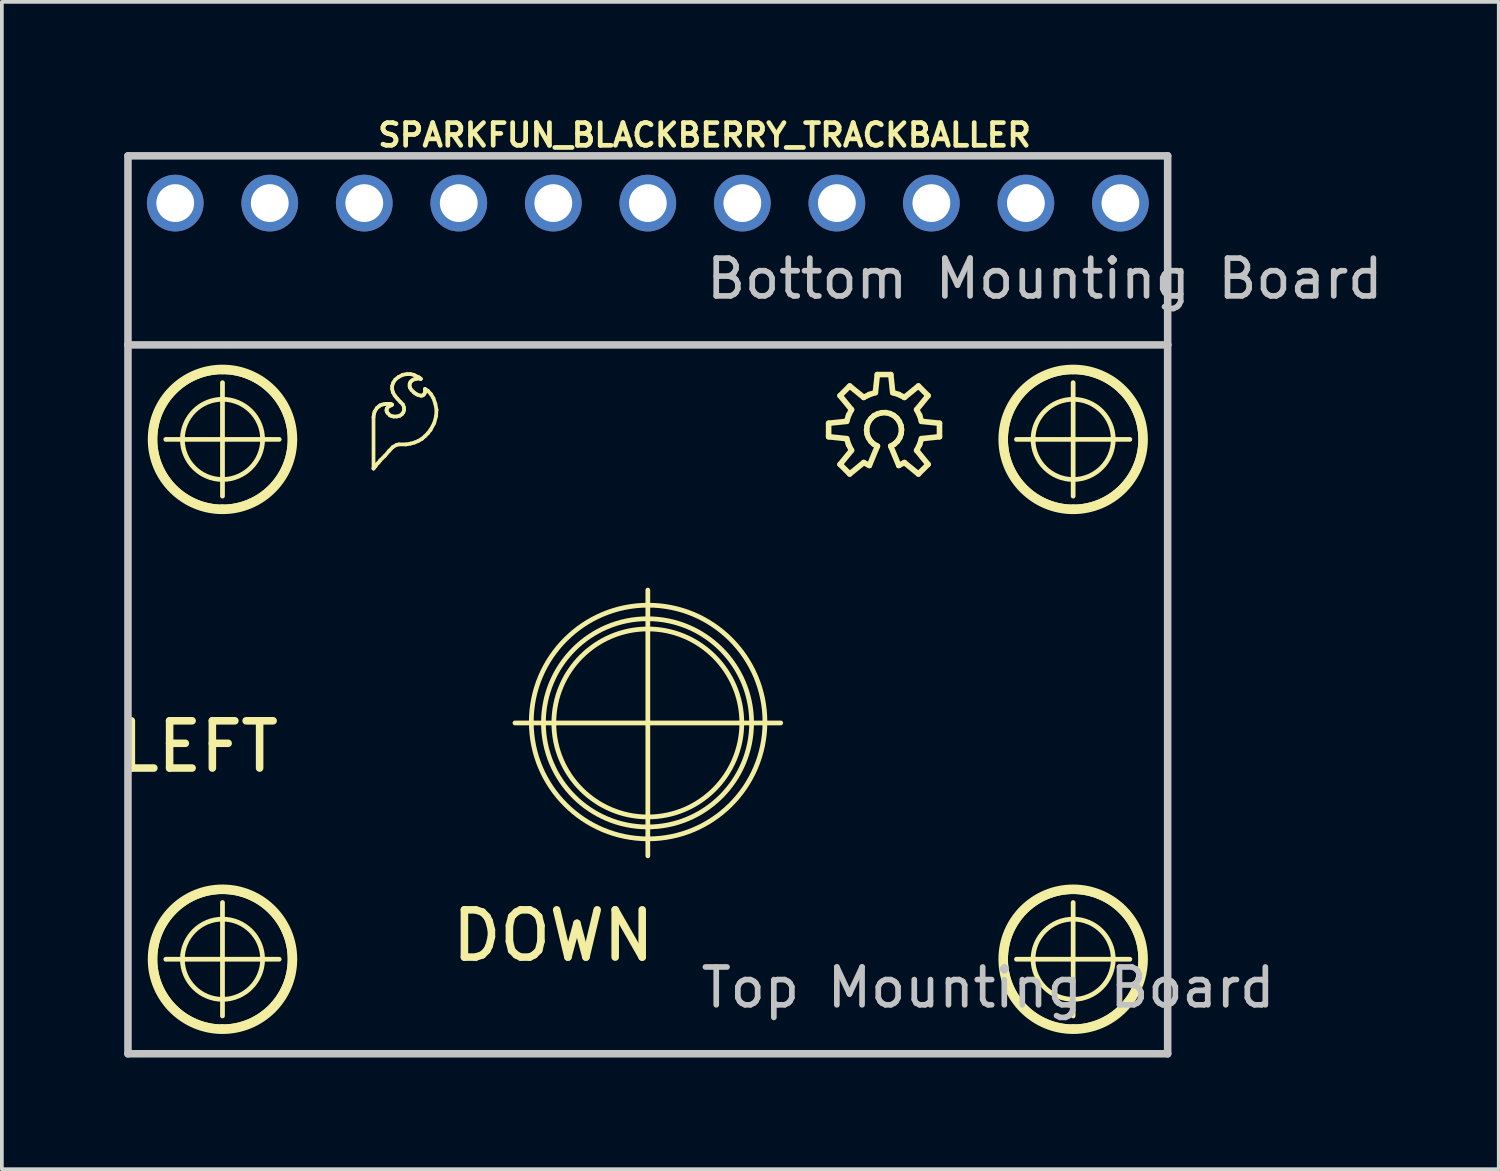
<source format=kicad_pcb>
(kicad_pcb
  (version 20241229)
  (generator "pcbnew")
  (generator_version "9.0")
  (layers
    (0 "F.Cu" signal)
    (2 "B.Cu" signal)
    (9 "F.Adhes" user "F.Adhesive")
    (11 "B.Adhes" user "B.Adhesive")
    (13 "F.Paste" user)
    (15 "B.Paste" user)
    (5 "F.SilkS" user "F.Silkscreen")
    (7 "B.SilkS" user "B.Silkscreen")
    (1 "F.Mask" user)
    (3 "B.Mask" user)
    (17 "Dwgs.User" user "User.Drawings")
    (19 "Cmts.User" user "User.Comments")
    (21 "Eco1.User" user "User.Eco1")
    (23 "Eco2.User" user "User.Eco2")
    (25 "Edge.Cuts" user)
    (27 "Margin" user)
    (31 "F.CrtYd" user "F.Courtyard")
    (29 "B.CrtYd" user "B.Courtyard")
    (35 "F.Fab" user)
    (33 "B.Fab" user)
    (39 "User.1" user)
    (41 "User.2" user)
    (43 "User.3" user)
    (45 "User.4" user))
  (footprint "SPARKFUN_BLACKBERRY_TRACKBALLER"
    (layer "F.Cu")
    (at 14.359 16.378)
    (property "Reference" "SPARKFUN_BLACKBERRY_TRACKBALLER" (at 1.524 -15.799 0) (layer "F.SilkS") (effects (font (size 0.61 0.61) (thickness 0.127))))
    (attr exclude_from_pos_files exclude_from_bom)
    (fp_line (start -12.954 -7.62) (end -9.906 -7.62) (stroke (width 0.127) (type solid)) (layer "F.SilkS"))
    (fp_line (start -12.954 6.35) (end -9.906 6.35) (stroke (width 0.127) (type solid)) (layer "F.SilkS"))
    (fp_line (start -11.43 -6.096) (end -11.43 -9.144) (stroke (width 0.127) (type solid)) (layer "F.SilkS"))
    (fp_line (start -11.43 7.874) (end -11.43 4.826) (stroke (width 0.127) (type solid)) (layer "F.SilkS"))
    (fp_line (start -7.371 -8.217) (end -7.371 -6.835) (stroke (width 0.1) (type solid)) (layer "F.SilkS"))
    (fp_line (start -7.371 -6.845) (end -7.32 -6.896) (stroke (width 0.1) (type solid)) (layer "F.SilkS"))
    (fp_line (start -7.371 -6.835) (end -7.371 -6.845) (stroke (width 0.1) (type solid)) (layer "F.SilkS"))
    (fp_line (start -7.361 -8.296) (end -7.371 -8.217) (stroke (width 0.1) (type solid)) (layer "F.SilkS"))
    (fp_line (start -7.341 -8.367) (end -7.361 -8.296) (stroke (width 0.1) (type solid)) (layer "F.SilkS"))
    (fp_line (start -7.32 -6.896) (end -7.29 -6.947) (stroke (width 0.1) (type solid)) (layer "F.SilkS"))
    (fp_line (start -7.29 -6.947) (end -7.239 -6.995) (stroke (width 0.1) (type solid)) (layer "F.SilkS"))
    (fp_line (start -7.28 -8.466) (end -7.341 -8.367) (stroke (width 0.1) (type solid)) (layer "F.SilkS"))
    (fp_line (start -7.239 -6.995) (end -7.191 -7.056) (stroke (width 0.1) (type solid)) (layer "F.SilkS"))
    (fp_line (start -7.229 -8.506) (end -7.28 -8.466) (stroke (width 0.1) (type solid)) (layer "F.SilkS"))
    (fp_line (start -7.191 -8.537) (end -7.229 -8.506) (stroke (width 0.1) (type solid)) (layer "F.SilkS"))
    (fp_line (start -7.191 -7.056) (end -7.069 -7.176) (stroke (width 0.1) (type solid)) (layer "F.SilkS"))
    (fp_line (start -7.14 -8.555) (end -7.191 -8.537) (stroke (width 0.1) (type solid)) (layer "F.SilkS"))
    (fp_line (start -7.089 -8.565) (end -7.14 -8.555) (stroke (width 0.1) (type solid)) (layer "F.SilkS"))
    (fp_line (start -7.069 -7.176) (end -6.949 -7.315) (stroke (width 0.1) (type solid)) (layer "F.SilkS"))
    (fp_line (start -7.031 -8.575) (end -7.089 -8.565) (stroke (width 0.1) (type solid)) (layer "F.SilkS"))
    (fp_line (start -7.021 -8.425) (end -7.01 -8.456) (stroke (width 0.1) (type solid)) (layer "F.SilkS"))
    (fp_line (start -7.021 -8.387) (end -7.021 -8.425) (stroke (width 0.1) (type solid)) (layer "F.SilkS"))
    (fp_line (start -7.01 -8.456) (end -6.949 -8.517) (stroke (width 0.1) (type solid)) (layer "F.SilkS"))
    (fp_line (start -7.01 -8.357) (end -7.021 -8.387) (stroke (width 0.1) (type solid)) (layer "F.SilkS"))
    (fp_line (start -6.99 -8.326) (end -7.01 -8.357) (stroke (width 0.1) (type solid)) (layer "F.SilkS"))
    (fp_line (start -6.949 -8.517) (end -6.919 -8.527) (stroke (width 0.1) (type solid)) (layer "F.SilkS"))
    (fp_line (start -6.949 -7.315) (end -6.85 -7.417) (stroke (width 0.1) (type solid)) (layer "F.SilkS"))
    (fp_line (start -6.929 -8.265) (end -6.99 -8.326) (stroke (width 0.1) (type solid)) (layer "F.SilkS"))
    (fp_line (start -6.919 -8.527) (end -6.881 -8.547) (stroke (width 0.1) (type solid)) (layer "F.SilkS"))
    (fp_line (start -6.909 -8.575) (end -7.031 -8.575) (stroke (width 0.1) (type solid)) (layer "F.SilkS"))
    (fp_line (start -6.881 -8.547) (end -6.871 -8.555) (stroke (width 0.1) (type solid)) (layer "F.SilkS"))
    (fp_line (start -6.881 -8.245) (end -6.929 -8.265) (stroke (width 0.1) (type solid)) (layer "F.SilkS"))
    (fp_line (start -6.871 -9.055) (end -6.871 -8.976) (stroke (width 0.1) (type solid)) (layer "F.SilkS"))
    (fp_line (start -6.871 -8.976) (end -6.85 -8.885) (stroke (width 0.1) (type solid)) (layer "F.SilkS"))
    (fp_line (start -6.871 -8.555) (end -6.909 -8.575) (stroke (width 0.1) (type solid)) (layer "F.SilkS"))
    (fp_line (start -6.85 -8.885) (end -6.8 -8.796) (stroke (width 0.1) (type solid)) (layer "F.SilkS"))
    (fp_line (start -6.85 -7.417) (end -6.749 -7.475) (stroke (width 0.1) (type solid)) (layer "F.SilkS"))
    (fp_line (start -6.84 -9.147) (end -6.871 -9.055) (stroke (width 0.1) (type solid)) (layer "F.SilkS"))
    (fp_line (start -6.83 -8.235) (end -6.881 -8.245) (stroke (width 0.1) (type solid)) (layer "F.SilkS"))
    (fp_line (start -6.8 -8.796) (end -6.731 -8.715) (stroke (width 0.1) (type solid)) (layer "F.SilkS"))
    (fp_line (start -6.789 -9.225) (end -6.84 -9.147) (stroke (width 0.1) (type solid)) (layer "F.SilkS"))
    (fp_line (start -6.749 -8.235) (end -6.83 -8.235) (stroke (width 0.1) (type solid)) (layer "F.SilkS"))
    (fp_line (start -6.749 -7.475) (end -6.69 -7.485) (stroke (width 0.1) (type solid)) (layer "F.SilkS"))
    (fp_line (start -6.731 -8.715) (end -6.65 -8.626) (stroke (width 0.1) (type solid)) (layer "F.SilkS"))
    (fp_line (start -6.701 -9.296) (end -6.789 -9.225) (stroke (width 0.1) (type solid)) (layer "F.SilkS"))
    (fp_line (start -6.69 -7.485) (end -6.5 -7.485) (stroke (width 0.1) (type solid)) (layer "F.SilkS"))
    (fp_line (start -6.67 -8.255) (end -6.749 -8.235) (stroke (width 0.1) (type solid)) (layer "F.SilkS"))
    (fp_line (start -6.65 -8.626) (end -6.579 -8.555) (stroke (width 0.1) (type solid)) (layer "F.SilkS"))
    (fp_line (start -6.609 -8.296) (end -6.67 -8.255) (stroke (width 0.1) (type solid)) (layer "F.SilkS"))
    (fp_line (start -6.589 -9.355) (end -6.701 -9.296) (stroke (width 0.1) (type solid)) (layer "F.SilkS"))
    (fp_line (start -6.579 -8.555) (end -6.551 -8.476) (stroke (width 0.1) (type solid)) (layer "F.SilkS"))
    (fp_line (start -6.571 -8.346) (end -6.609 -8.296) (stroke (width 0.1) (type solid)) (layer "F.SilkS"))
    (fp_line (start -6.551 -8.476) (end -6.551 -8.405) (stroke (width 0.1) (type solid)) (layer "F.SilkS"))
    (fp_line (start -6.551 -8.405) (end -6.571 -8.346) (stroke (width 0.1) (type solid)) (layer "F.SilkS"))
    (fp_line (start -6.5 -7.485) (end -6.38 -7.506) (stroke (width 0.1) (type solid)) (layer "F.SilkS"))
    (fp_line (start -6.48 -9.375) (end -6.589 -9.355) (stroke (width 0.1) (type solid)) (layer "F.SilkS"))
    (fp_line (start -6.401 -9.106) (end -6.391 -9.136) (stroke (width 0.1) (type solid)) (layer "F.SilkS"))
    (fp_line (start -6.401 -9.045) (end -6.401 -9.106) (stroke (width 0.1) (type solid)) (layer "F.SilkS"))
    (fp_line (start -6.391 -9.136) (end -6.38 -9.157) (stroke (width 0.1) (type solid)) (layer "F.SilkS"))
    (fp_line (start -6.391 -9.007) (end -6.401 -9.045) (stroke (width 0.1) (type solid)) (layer "F.SilkS"))
    (fp_line (start -6.38 -9.375) (end -6.48 -9.375) (stroke (width 0.1) (type solid)) (layer "F.SilkS"))
    (fp_line (start -6.38 -9.157) (end -6.36 -9.185) (stroke (width 0.1) (type solid)) (layer "F.SilkS"))
    (fp_line (start -6.38 -7.506) (end -6.269 -7.536) (stroke (width 0.1) (type solid)) (layer "F.SilkS"))
    (fp_line (start -6.36 -9.185) (end -6.32 -9.215) (stroke (width 0.1) (type solid)) (layer "F.SilkS"))
    (fp_line (start -6.35 -8.946) (end -6.391 -9.007) (stroke (width 0.1) (type solid)) (layer "F.SilkS"))
    (fp_line (start -6.32 -9.215) (end -6.279 -9.235) (stroke (width 0.1) (type solid)) (layer "F.SilkS"))
    (fp_line (start -6.289 -9.355) (end -6.38 -9.375) (stroke (width 0.1) (type solid)) (layer "F.SilkS"))
    (fp_line (start -6.289 -8.885) (end -6.35 -8.946) (stroke (width 0.1) (type solid)) (layer "F.SilkS"))
    (fp_line (start -6.279 -9.235) (end -6.231 -9.246) (stroke (width 0.1) (type solid)) (layer "F.SilkS"))
    (fp_line (start -6.269 -7.536) (end -6.17 -7.577) (stroke (width 0.1) (type solid)) (layer "F.SilkS"))
    (fp_line (start -6.251 -8.857) (end -6.289 -8.885) (stroke (width 0.1) (type solid)) (layer "F.SilkS"))
    (fp_line (start -6.231 -9.246) (end -6.19 -9.256) (stroke (width 0.1) (type solid)) (layer "F.SilkS"))
    (fp_line (start -6.22 -8.837) (end -6.251 -8.857) (stroke (width 0.1) (type solid)) (layer "F.SilkS"))
    (fp_line (start -6.19 -9.256) (end -6.129 -9.256) (stroke (width 0.1) (type solid)) (layer "F.SilkS"))
    (fp_line (start -6.18 -8.816) (end -6.22 -8.837) (stroke (width 0.1) (type solid)) (layer "F.SilkS"))
    (fp_line (start -6.17 -7.577) (end -6.071 -7.635) (stroke (width 0.1) (type solid)) (layer "F.SilkS"))
    (fp_line (start -6.149 -9.286) (end -6.289 -9.355) (stroke (width 0.1) (type solid)) (layer "F.SilkS"))
    (fp_line (start -6.129 -9.256) (end -6.109 -9.246) (stroke (width 0.1) (type solid)) (layer "F.SilkS"))
    (fp_line (start -6.109 -9.256) (end -6.149 -9.286) (stroke (width 0.1) (type solid)) (layer "F.SilkS"))
    (fp_line (start -6.109 -9.246) (end -6.101 -9.246) (stroke (width 0.1) (type solid)) (layer "F.SilkS"))
    (fp_line (start -6.101 -9.246) (end -6.109 -9.256) (stroke (width 0.1) (type solid)) (layer "F.SilkS"))
    (fp_line (start -6.101 -8.796) (end -6.18 -8.816) (stroke (width 0.1) (type solid)) (layer "F.SilkS"))
    (fp_line (start -6.071 -8.796) (end -6.101 -8.796) (stroke (width 0.1) (type solid)) (layer "F.SilkS"))
    (fp_line (start -6.071 -7.635) (end -5.989 -7.706) (stroke (width 0.1) (type solid)) (layer "F.SilkS"))
    (fp_line (start -6.04 -8.806) (end -6.071 -8.796) (stroke (width 0.1) (type solid)) (layer "F.SilkS"))
    (fp_line (start -6.01 -8.837) (end -6.04 -8.806) (stroke (width 0.1) (type solid)) (layer "F.SilkS"))
    (fp_line (start -5.999 -8.857) (end -6.01 -8.837) (stroke (width 0.1) (type solid)) (layer "F.SilkS"))
    (fp_line (start -5.989 -8.976) (end -5.989 -8.885) (stroke (width 0.1) (type solid)) (layer "F.SilkS"))
    (fp_line (start -5.989 -8.885) (end -5.999 -8.857) (stroke (width 0.1) (type solid)) (layer "F.SilkS"))
    (fp_line (start -5.989 -7.706) (end -5.911 -7.785) (stroke (width 0.1) (type solid)) (layer "F.SilkS"))
    (fp_line (start -5.911 -8.926) (end -5.989 -8.976) (stroke (width 0.1) (type solid)) (layer "F.SilkS"))
    (fp_line (start -5.911 -7.785) (end -5.839 -7.877) (stroke (width 0.1) (type solid)) (layer "F.SilkS"))
    (fp_line (start -5.839 -7.877) (end -5.74 -8.057) (stroke (width 0.1) (type solid)) (layer "F.SilkS"))
    (fp_line (start -5.829 -8.837) (end -5.911 -8.926) (stroke (width 0.1) (type solid)) (layer "F.SilkS"))
    (fp_line (start -5.761 -8.725) (end -5.829 -8.837) (stroke (width 0.1) (type solid)) (layer "F.SilkS"))
    (fp_line (start -5.74 -8.057) (end -5.69 -8.245) (stroke (width 0.1) (type solid)) (layer "F.SilkS"))
    (fp_line (start -5.71 -8.575) (end -5.761 -8.725) (stroke (width 0.1) (type solid)) (layer "F.SilkS"))
    (fp_line (start -5.69 -8.245) (end -5.679 -8.415) (stroke (width 0.1) (type solid)) (layer "F.SilkS"))
    (fp_line (start -5.679 -8.415) (end -5.71 -8.575) (stroke (width 0.1) (type solid)) (layer "F.SilkS"))
    (fp_line (start -3.571 0) (end 3.571 0) (stroke (width 0.127) (type solid)) (layer "F.SilkS"))
    (fp_line (start 0 3.571) (end 0 -3.571) (stroke (width 0.127) (type solid)) (layer "F.SilkS"))
    (fp_line (start 4.859 -8.054) (end 4.859 -7.691) (stroke (width 0.15) (type solid)) (layer "F.SilkS"))
    (fp_line (start 4.859 -7.691) (end 5.344 -7.64) (stroke (width 0.15) (type solid)) (layer "F.SilkS"))
    (fp_line (start 5.166 -8.796) (end 5.474 -8.42) (stroke (width 0.15) (type solid)) (layer "F.SilkS"))
    (fp_line (start 5.166 -6.949) (end 5.425 -6.69) (stroke (width 0.15) (type solid)) (layer "F.SilkS"))
    (fp_line (start 5.344 -8.105) (end 4.859 -8.054) (stroke (width 0.15) (type solid)) (layer "F.SilkS"))
    (fp_line (start 5.344 -7.64) (end 5.395 -7.478) (stroke (width 0.15) (type solid)) (layer "F.SilkS"))
    (fp_line (start 5.395 -8.268) (end 5.344 -8.105) (stroke (width 0.15) (type solid)) (layer "F.SilkS"))
    (fp_line (start 5.395 -7.478) (end 5.474 -7.325) (stroke (width 0.15) (type solid)) (layer "F.SilkS"))
    (fp_line (start 5.425 -9.055) (end 5.166 -8.796) (stroke (width 0.15) (type solid)) (layer "F.SilkS"))
    (fp_line (start 5.425 -6.69) (end 5.801 -6.998) (stroke (width 0.15) (type solid)) (layer "F.SilkS"))
    (fp_line (start 5.474 -8.42) (end 5.395 -8.268) (stroke (width 0.15) (type solid)) (layer "F.SilkS"))
    (fp_line (start 5.474 -7.325) (end 5.166 -6.949) (stroke (width 0.15) (type solid)) (layer "F.SilkS"))
    (fp_line (start 5.801 -8.748) (end 5.425 -9.055) (stroke (width 0.15) (type solid)) (layer "F.SilkS"))
    (fp_line (start 5.801 -6.998) (end 5.954 -6.919) (stroke (width 0.15) (type solid)) (layer "F.SilkS"))
    (fp_line (start 5.88 -7.874) (end 5.893 -7.983) (stroke (width 0.15) (type solid)) (layer "F.SilkS"))
    (fp_line (start 5.893 -7.983) (end 5.933 -8.09) (stroke (width 0.15) (type solid)) (layer "F.SilkS"))
    (fp_line (start 5.893 -7.762) (end 5.88 -7.874) (stroke (width 0.15) (type solid)) (layer "F.SilkS"))
    (fp_line (start 5.931 -7.661) (end 5.893 -7.762) (stroke (width 0.15) (type solid)) (layer "F.SilkS"))
    (fp_line (start 5.933 -8.09) (end 5.997 -8.181) (stroke (width 0.15) (type solid)) (layer "F.SilkS"))
    (fp_line (start 5.954 -8.826) (end 5.801 -8.748) (stroke (width 0.15) (type solid)) (layer "F.SilkS"))
    (fp_line (start 5.954 -6.919) (end 6.17 -7.44) (stroke (width 0.15) (type solid)) (layer "F.SilkS"))
    (fp_line (start 5.992 -7.569) (end 5.931 -7.661) (stroke (width 0.15) (type solid)) (layer "F.SilkS"))
    (fp_line (start 5.997 -8.181) (end 6.081 -8.258) (stroke (width 0.15) (type solid)) (layer "F.SilkS"))
    (fp_line (start 6.073 -7.493) (end 5.992 -7.569) (stroke (width 0.15) (type solid)) (layer "F.SilkS"))
    (fp_line (start 6.081 -8.258) (end 6.18 -8.308) (stroke (width 0.15) (type solid)) (layer "F.SilkS"))
    (fp_line (start 6.116 -8.877) (end 5.954 -8.826) (stroke (width 0.15) (type solid)) (layer "F.SilkS"))
    (fp_line (start 6.167 -9.362) (end 6.116 -8.877) (stroke (width 0.15) (type solid)) (layer "F.SilkS"))
    (fp_line (start 6.17 -7.44) (end 6.073 -7.493) (stroke (width 0.15) (type solid)) (layer "F.SilkS"))
    (fp_line (start 6.18 -8.308) (end 6.287 -8.336) (stroke (width 0.15) (type solid)) (layer "F.SilkS"))
    (fp_line (start 6.287 -8.336) (end 6.401 -8.339) (stroke (width 0.15) (type solid)) (layer "F.SilkS"))
    (fp_line (start 6.401 -8.339) (end 6.51 -8.313) (stroke (width 0.15) (type solid)) (layer "F.SilkS"))
    (fp_line (start 6.51 -8.313) (end 6.609 -8.263) (stroke (width 0.15) (type solid)) (layer "F.SilkS"))
    (fp_line (start 6.528 -7.44) (end 6.744 -6.919) (stroke (width 0.15) (type solid)) (layer "F.SilkS"))
    (fp_line (start 6.53 -9.362) (end 6.167 -9.362) (stroke (width 0.15) (type solid)) (layer "F.SilkS"))
    (fp_line (start 6.581 -8.877) (end 6.53 -9.362) (stroke (width 0.15) (type solid)) (layer "F.SilkS"))
    (fp_line (start 6.609 -8.263) (end 6.695 -8.189) (stroke (width 0.15) (type solid)) (layer "F.SilkS"))
    (fp_line (start 6.627 -7.496) (end 6.528 -7.44) (stroke (width 0.15) (type solid)) (layer "F.SilkS"))
    (fp_line (start 6.695 -8.189) (end 6.759 -8.098) (stroke (width 0.15) (type solid)) (layer "F.SilkS"))
    (fp_line (start 6.708 -7.572) (end 6.627 -7.496) (stroke (width 0.15) (type solid)) (layer "F.SilkS"))
    (fp_line (start 6.744 -8.826) (end 6.581 -8.877) (stroke (width 0.15) (type solid)) (layer "F.SilkS"))
    (fp_line (start 6.744 -6.919) (end 6.896 -6.998) (stroke (width 0.15) (type solid)) (layer "F.SilkS"))
    (fp_line (start 6.759 -8.098) (end 6.802 -7.993) (stroke (width 0.15) (type solid)) (layer "F.SilkS"))
    (fp_line (start 6.769 -7.666) (end 6.708 -7.572) (stroke (width 0.15) (type solid)) (layer "F.SilkS"))
    (fp_line (start 6.802 -7.993) (end 6.817 -7.884) (stroke (width 0.15) (type solid)) (layer "F.SilkS"))
    (fp_line (start 6.807 -7.772) (end 6.769 -7.666) (stroke (width 0.15) (type solid)) (layer "F.SilkS"))
    (fp_line (start 6.817 -7.884) (end 6.807 -7.772) (stroke (width 0.15) (type solid)) (layer "F.SilkS"))
    (fp_line (start 6.896 -8.748) (end 6.744 -8.826) (stroke (width 0.15) (type solid)) (layer "F.SilkS"))
    (fp_line (start 6.896 -6.998) (end 7.272 -6.69) (stroke (width 0.15) (type solid)) (layer "F.SilkS"))
    (fp_line (start 7.224 -8.42) (end 7.531 -8.796) (stroke (width 0.15) (type solid)) (layer "F.SilkS"))
    (fp_line (start 7.224 -7.325) (end 7.303 -7.478) (stroke (width 0.15) (type solid)) (layer "F.SilkS"))
    (fp_line (start 7.272 -9.055) (end 6.896 -8.748) (stroke (width 0.15) (type solid)) (layer "F.SilkS"))
    (fp_line (start 7.272 -6.69) (end 7.531 -6.949) (stroke (width 0.15) (type solid)) (layer "F.SilkS"))
    (fp_line (start 7.303 -8.268) (end 7.224 -8.42) (stroke (width 0.15) (type solid)) (layer "F.SilkS"))
    (fp_line (start 7.303 -7.478) (end 7.353 -7.64) (stroke (width 0.15) (type solid)) (layer "F.SilkS"))
    (fp_line (start 7.353 -8.105) (end 7.303 -8.268) (stroke (width 0.15) (type solid)) (layer "F.SilkS"))
    (fp_line (start 7.353 -7.64) (end 7.838 -7.691) (stroke (width 0.15) (type solid)) (layer "F.SilkS"))
    (fp_line (start 7.531 -8.796) (end 7.272 -9.055) (stroke (width 0.15) (type solid)) (layer "F.SilkS"))
    (fp_line (start 7.531 -6.949) (end 7.224 -7.325) (stroke (width 0.15) (type solid)) (layer "F.SilkS"))
    (fp_line (start 7.838 -8.054) (end 7.353 -8.105) (stroke (width 0.15) (type solid)) (layer "F.SilkS"))
    (fp_line (start 7.838 -7.691) (end 7.838 -8.054) (stroke (width 0.15) (type solid)) (layer "F.SilkS"))
    (fp_line (start 9.906 -7.62) (end 12.954 -7.62) (stroke (width 0.127) (type solid)) (layer "F.SilkS"))
    (fp_line (start 9.906 6.35) (end 12.954 6.35) (stroke (width 0.127) (type solid)) (layer "F.SilkS"))
    (fp_line (start 11.43 -6.096) (end 11.43 -9.144) (stroke (width 0.127) (type solid)) (layer "F.SilkS"))
    (fp_line (start 11.43 7.874) (end 11.43 4.826) (stroke (width 0.127) (type solid)) (layer "F.SilkS"))
    (fp_arc (start -11.43 -9.4742) (mid -9.5758 -7.62) (end -11.43 -5.7658) (stroke (width 0.2032) (type solid)) (layer "F.SilkS"))
    (fp_arc (start -11.43 -9.4742) (mid -9.5758 -7.62) (end -11.43 -5.7658) (stroke (width 0.2032) (type solid)) (layer "F.SilkS"))
    (fp_arc (start -11.43 -5.7658) (mid -13.2842 -7.62) (end -11.43 -9.4742) (stroke (width 0.2032) (type solid)) (layer "F.SilkS"))
    (fp_arc (start -11.43 -5.7658) (mid -13.2842 -7.62) (end -11.43 -9.4742) (stroke (width 0.2032) (type solid)) (layer "F.SilkS"))
    (fp_arc (start -11.43 4.4958) (mid -9.5758 6.35) (end -11.43 8.2042) (stroke (width 0.2032) (type solid)) (layer "F.SilkS"))
    (fp_arc (start -11.43 4.4958) (mid -9.5758 6.35) (end -11.43 8.2042) (stroke (width 0.2032) (type solid)) (layer "F.SilkS"))
    (fp_arc (start -11.43 8.2042) (mid -13.2842 6.35) (end -11.43 4.4958) (stroke (width 0.2032) (type solid)) (layer "F.SilkS"))
    (fp_arc (start -11.43 8.2042) (mid -13.2842 6.35) (end -11.43 4.4958) (stroke (width 0.2032) (type solid)) (layer "F.SilkS"))
    (fp_arc (start 11.43 -9.4742) (mid 13.2842 -7.62) (end 11.43 -5.7658) (stroke (width 0.2032) (type solid)) (layer "F.SilkS"))
    (fp_arc (start 11.43 -9.4742) (mid 13.2842 -7.62) (end 11.43 -5.7658) (stroke (width 0.2032) (type solid)) (layer "F.SilkS"))
    (fp_arc (start 11.43 -5.7658) (mid 9.5758 -7.62) (end 11.43 -9.4742) (stroke (width 0.2032) (type solid)) (layer "F.SilkS"))
    (fp_arc (start 11.43 -5.7658) (mid 9.5758 -7.62) (end 11.43 -9.4742) (stroke (width 0.2032) (type solid)) (layer "F.SilkS"))
    (fp_arc (start 11.43 4.4958) (mid 13.2842 6.35) (end 11.43 8.2042) (stroke (width 0.2032) (type solid)) (layer "F.SilkS"))
    (fp_arc (start 11.43 4.4958) (mid 13.2842 6.35) (end 11.43 8.2042) (stroke (width 0.2032) (type solid)) (layer "F.SilkS"))
    (fp_arc (start 11.43 8.2042) (mid 9.5758 6.35) (end 11.43 4.4958) (stroke (width 0.2032) (type solid)) (layer "F.SilkS"))
    (fp_arc (start 11.43 8.2042) (mid 9.5758 6.35) (end 11.43 4.4958) (stroke (width 0.2032) (type solid)) (layer "F.SilkS"))
    (fp_circle (center -11.43 -7.62) (end -12.827 -9.017) (stroke (width 0.064) (type solid)) (fill no) (layer "F.SilkS"))
    (fp_circle (center -11.43 -7.62) (end -12.192 -8.382) (stroke (width 0.127) (type solid)) (fill no) (layer "F.SilkS"))
    (fp_circle (center -11.43 6.35) (end -12.827 7.747) (stroke (width 0.064) (type solid)) (fill no) (layer "F.SilkS"))
    (fp_circle (center -11.43 6.35) (end -12.192 7.112) (stroke (width 0.127) (type solid)) (fill no) (layer "F.SilkS"))
    (fp_circle (center -0.008 -0.003) (end -1.986 -1.981) (stroke (width 0.127) (type solid)) (fill no) (layer "F.SilkS"))
    (fp_circle (center 0 0) (end -1.786 1.786) (stroke (width 0.127) (type solid)) (fill no) (layer "F.SilkS"))
    (fp_circle (center 0.008 -0.025) (end 2.228 -2.245) (stroke (width 0.127) (type solid)) (fill no) (layer "F.SilkS"))
    (fp_circle (center 11.43 -7.62) (end 12.192 -8.382) (stroke (width 0.127) (type solid)) (fill no) (layer "F.SilkS"))
    (fp_circle (center 11.43 -7.62) (end 12.827 -9.017) (stroke (width 0.064) (type solid)) (fill no) (layer "F.SilkS"))
    (fp_circle (center 11.43 6.35) (end 12.192 7.112) (stroke (width 0.127) (type solid)) (fill no) (layer "F.SilkS"))
    (fp_circle (center 11.43 6.35) (end 12.827 7.747) (stroke (width 0.064) (type solid)) (fill no) (layer "F.SilkS"))
    (fp_line (start -13.97 -15.24) (end -13.97 -10.16) (stroke (width 0.203) (type solid)) (layer "Dwgs.User"))
    (fp_line (start -13.97 -10.16) (end -13.97 8.89) (stroke (width 0.203) (type solid)) (layer "Dwgs.User"))
    (fp_line (start -13.97 8.89) (end 13.97 8.89) (stroke (width 0.203) (type solid)) (layer "Dwgs.User"))
    (fp_line (start 13.97 -15.24) (end -13.97 -15.24) (stroke (width 0.203) (type solid)) (layer "Dwgs.User"))
    (fp_line (start 13.97 -15.24) (end 13.97 -10.16) (stroke (width 0.203) (type solid)) (layer "Dwgs.User"))
    (fp_line (start 13.97 -10.16) (end -13.97 -10.16) (stroke (width 0.203) (type solid)) (layer "Dwgs.User"))
    (fp_line (start 13.97 8.89) (end 13.97 -10.16) (stroke (width 0.203) (type solid)) (layer "Dwgs.User"))
    (fp_text user "LEFT" (at -12.065 0.635 180) (layer "F.SilkS") (effects (font (size 1.27 1.27) (thickness 0.203))))
    (fp_text user "DOWN" (at -2.54 5.715 180) (layer "F.SilkS") (effects (font (size 1.27 1.27) (thickness 0.203))))
    (fp_text user "Bottom Mounting Board" (at 10.668 -11.938 0) (layer "Dwgs.User") (effects (font (size 1.016 1.016) (thickness 0.152))))
    (fp_text user "Top Mounting Board" (at 9.144 7.112 0) (layer "Dwgs.User") (effects (font (size 1.016 1.016) (thickness 0.152))))
    (pad "BLU" thru_hole circle (at 12.7 -13.97) (size 1.524 1.524) (drill 1.016) (layers "*.Cu" "*.Paste" "*.Mask"))
    (pad "BTN" thru_hole circle (at -7.62 -13.97) (size 1.524 1.524) (drill 1.016) (layers "*.Cu" "*.Paste" "*.Mask"))
    (pad "DWN" thru_hole circle (at 2.54 -13.97) (size 1.524 1.524) (drill 1.016) (layers "*.Cu" "*.Paste" "*.Mask"))
    (pad "GND" thru_hole circle (at -10.16 -13.97) (size 1.524 1.524) (drill 1.016) (layers "*.Cu" "*.Paste" "*.Mask"))
    (pad "GRN" thru_hole circle (at 7.62 -13.97) (size 1.524 1.524) (drill 1.016) (layers "*.Cu" "*.Paste" "*.Mask"))
    (pad "LFT" thru_hole circle (at -5.08 -13.97) (size 1.524 1.524) (drill 1.016) (layers "*.Cu" "*.Paste" "*.Mask"))
    (pad "RED" thru_hole circle (at 10.16 -13.97) (size 1.524 1.524) (drill 1.016) (layers "*.Cu" "*.Paste" "*.Mask"))
    (pad "RHT" thru_hole circle (at -2.54 -13.97) (size 1.524 1.524) (drill 1.016) (layers "*.Cu" "*.Paste" "*.Mask"))
    (pad "UP" thru_hole circle (at 0 -13.97) (size 1.524 1.524) (drill 1.016) (layers "*.Cu" "*.Paste" "*.Mask"))
    (pad "VCC" thru_hole circle (at -12.7 -13.97) (size 1.524 1.524) (drill 1.016) (layers "*.Cu" "*.Paste" "*.Mask"))
    (pad "WHT" thru_hole circle (at 5.08 -13.97) (size 1.524 1.524) (drill 1.016) (layers "*.Cu" "*.Paste" "*.Mask")))
  (gr_rect
    (start -3 -3)
    (end 37.226 28.37)
    (stroke (width 0.1) (type default))
    (fill no)
    (layer "Edge.Cuts")))
</source>
